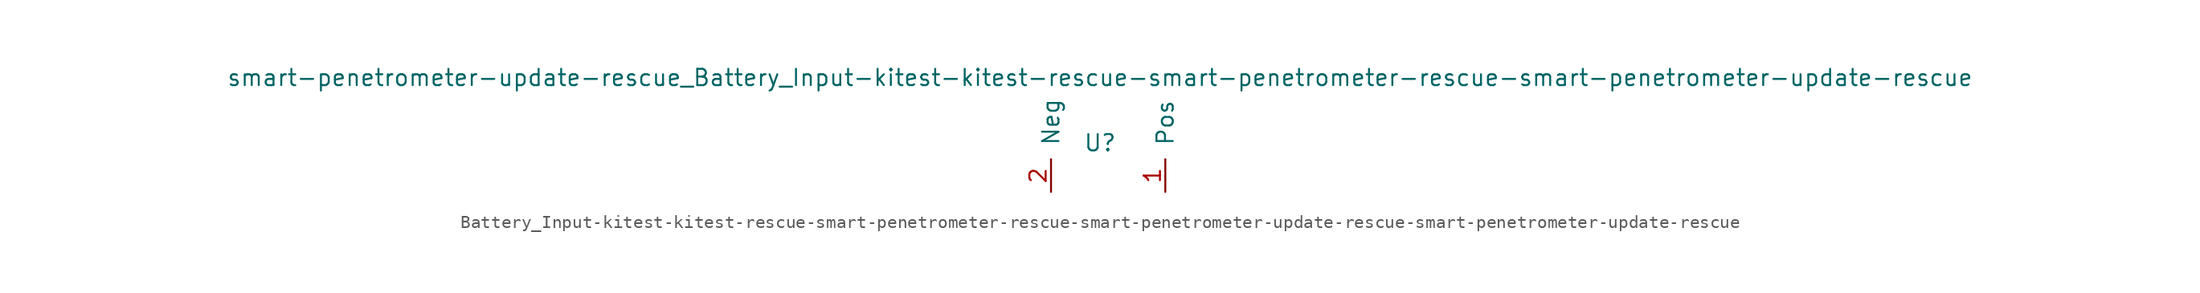
<source format=kicad_sym>
(kicad_symbol_lib
  (version 20220914)
  (generator kicad_symbol_editor)
  (symbol "Battery_Input-kitest-kitest-rescue-smart-penetrometer-rescue-smart-penetrometer-update-rescue-smart-penetrometer-update-rescue"
    (pin_names
      (offset 1.016))
    (property "Reference" "U"
      (at 0 0 0)
      (effects (font (size 1.27 1.27))))
    (property "Value" "smart-penetrometer-update-rescue_Battery_Input-kitest-kitest-rescue-smart-penetrometer-rescue-smart-penetrometer-update-rescue"
      (at 0 5.08 0)
      (effects (font (size 1.27 1.27))))
    (symbol "Battery_Input-kitest-kitest-rescue-smart-penetrometer-rescue-smart-penetrometer-update-rescue-smart-penetrometer-update-rescue_1_1"
      (pin power_in line (at 5.08 -3.81 90) (length 2.54) (name "Pos" (effects (font (size 1.27 1.27)))) (number "1" (effects (font (size 1.27 1.27)))))
      (pin power_in line (at -3.81 -3.81 90) (length 2.54) (name "Neg" (effects (font (size 1.27 1.27)))) (number "2" (effects (font (size 1.27 1.27))))))))
</source>
